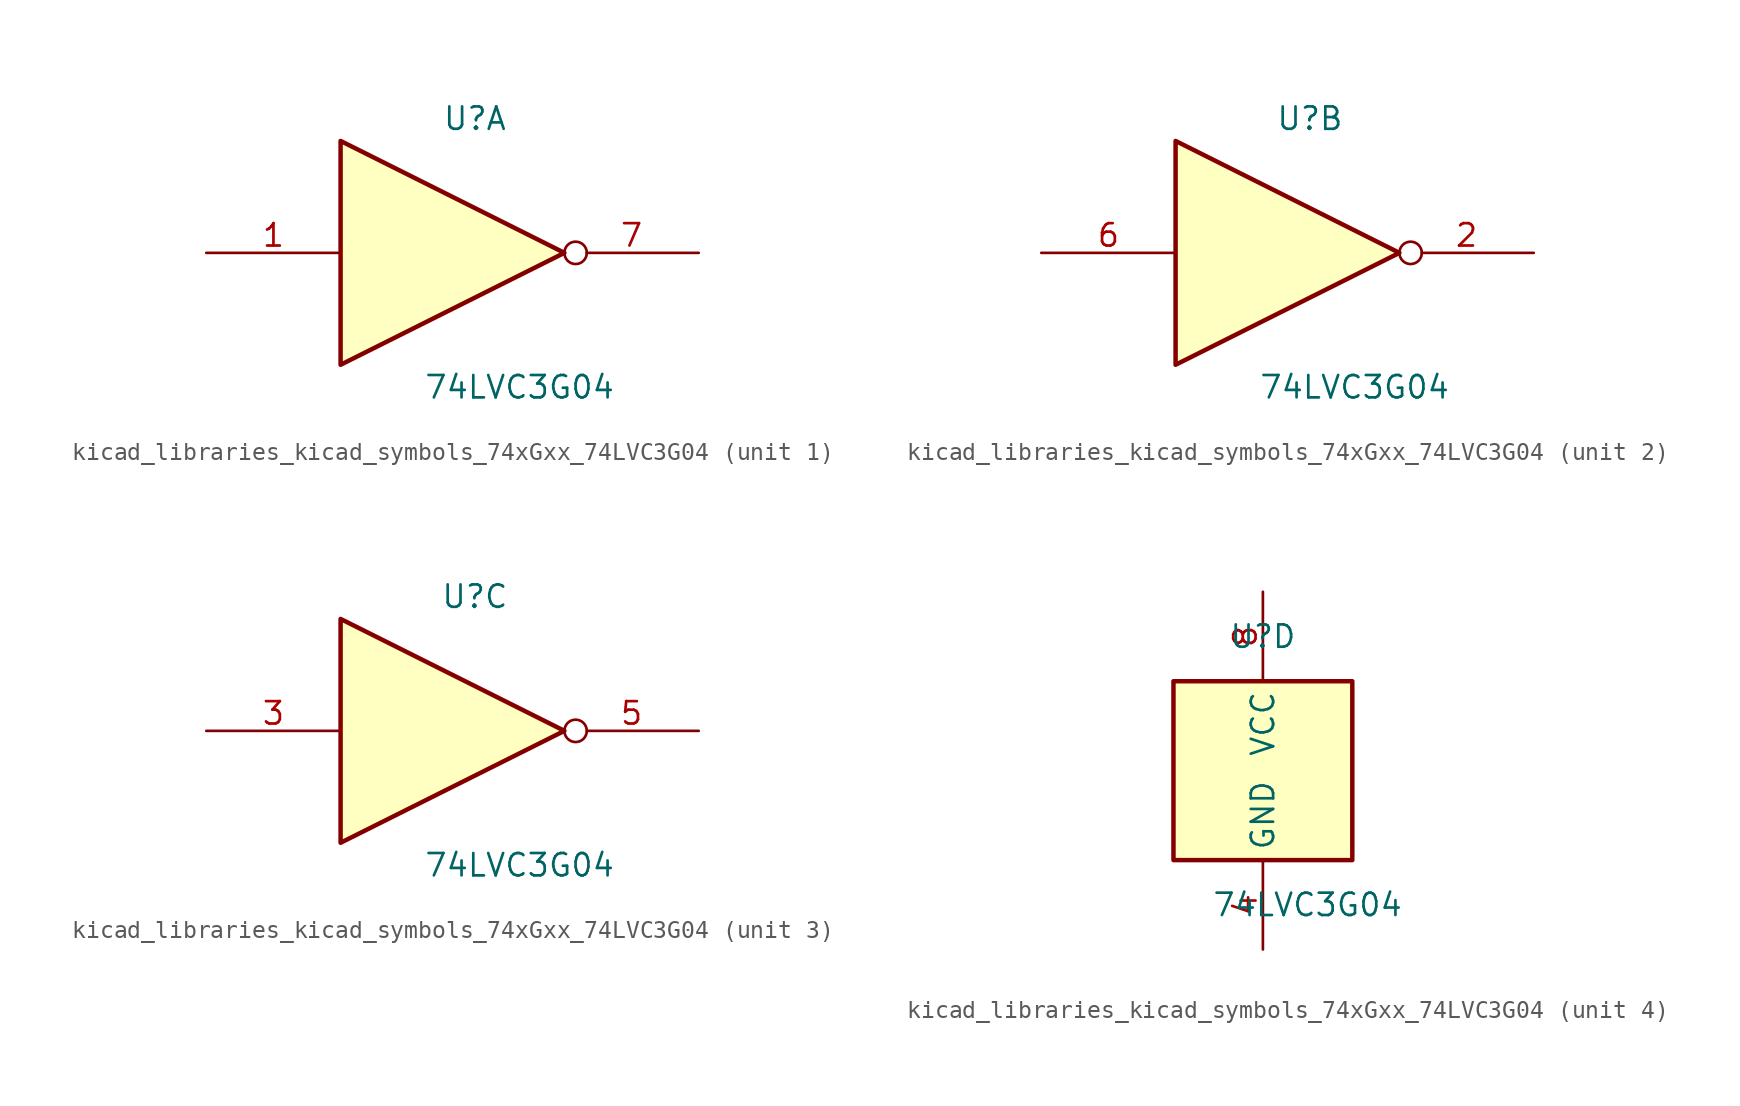
<source format=kicad_sym>
(kicad_symbol_lib
  (version 20220914)
  (generator kicad_symbol_editor)
  (symbol "kicad_libraries_kicad_symbols_74xGxx_74LVC3G04"
    (property "Reference" "U"
      (at 0 7.62 0)
      (effects (font (size 1.27 1.27))))
    (property "Value" "74LVC3G04"
      (at 2.54 -7.62 0)
      (effects (font (size 1.27 1.27))))
    (symbol "kicad_libraries_kicad_symbols_74xGxx_74LVC3G04_1_1"
      (polyline (pts (xy -7.62 6.35) (xy -7.62 -6.35) (xy 5.08 0) (xy -7.62 6.35)) (stroke (width 0.254) (type default)) (fill (type background)))
      (pin input line (at -15.24 0 0) (length 7.62) (name "~" (effects (font (size 1.27 1.27)))) (number "1" (effects (font (size 1.27 1.27)))))
      (pin output inverted (at 12.7 0 180) (length 7.62) (name "~" (effects (font (size 1.27 1.27)))) (number "7" (effects (font (size 1.27 1.27))))))
    (symbol "kicad_libraries_kicad_symbols_74xGxx_74LVC3G04_2_1"
      (polyline (pts (xy -7.62 6.35) (xy -7.62 -6.35) (xy 5.08 0) (xy -7.62 6.35)) (stroke (width 0.254) (type default)) (fill (type background)))
      (pin output inverted (at 12.7 0 180) (length 7.62) (name "~" (effects (font (size 1.27 1.27)))) (number "2" (effects (font (size 1.27 1.27)))))
      (pin input line (at -15.24 0 0) (length 7.62) (name "~" (effects (font (size 1.27 1.27)))) (number "6" (effects (font (size 1.27 1.27))))))
    (symbol "kicad_libraries_kicad_symbols_74xGxx_74LVC3G04_3_1"
      (polyline (pts (xy -7.62 6.35) (xy -7.62 -6.35) (xy 5.08 0) (xy -7.62 6.35)) (stroke (width 0.254) (type default)) (fill (type background)))
      (pin input line (at -15.24 0 0) (length 7.62) (name "~" (effects (font (size 1.27 1.27)))) (number "3" (effects (font (size 1.27 1.27)))))
      (pin output inverted (at 12.7 0 180) (length 7.62) (name "~" (effects (font (size 1.27 1.27)))) (number "5" (effects (font (size 1.27 1.27))))))
    (symbol "kicad_libraries_kicad_symbols_74xGxx_74LVC3G04_4_0"
      (rectangle (start -5.08 -5.08) (end 5.08 5.08) (stroke (width 0.254) (type default)) (fill (type background))))
    (symbol "kicad_libraries_kicad_symbols_74xGxx_74LVC3G04_4_1"
      (pin power_in line (at 0 -10.16 90) (length 5.08) (name "GND" (effects (font (size 1.27 1.27)))) (number "4" (effects (font (size 1.27 1.27)))))
      (pin power_in line (at 0 10.16 270) (length 5.08) (name "VCC" (effects (font (size 1.27 1.27)))) (number "8" (effects (font (size 1.27 1.27))))))))
</source>
